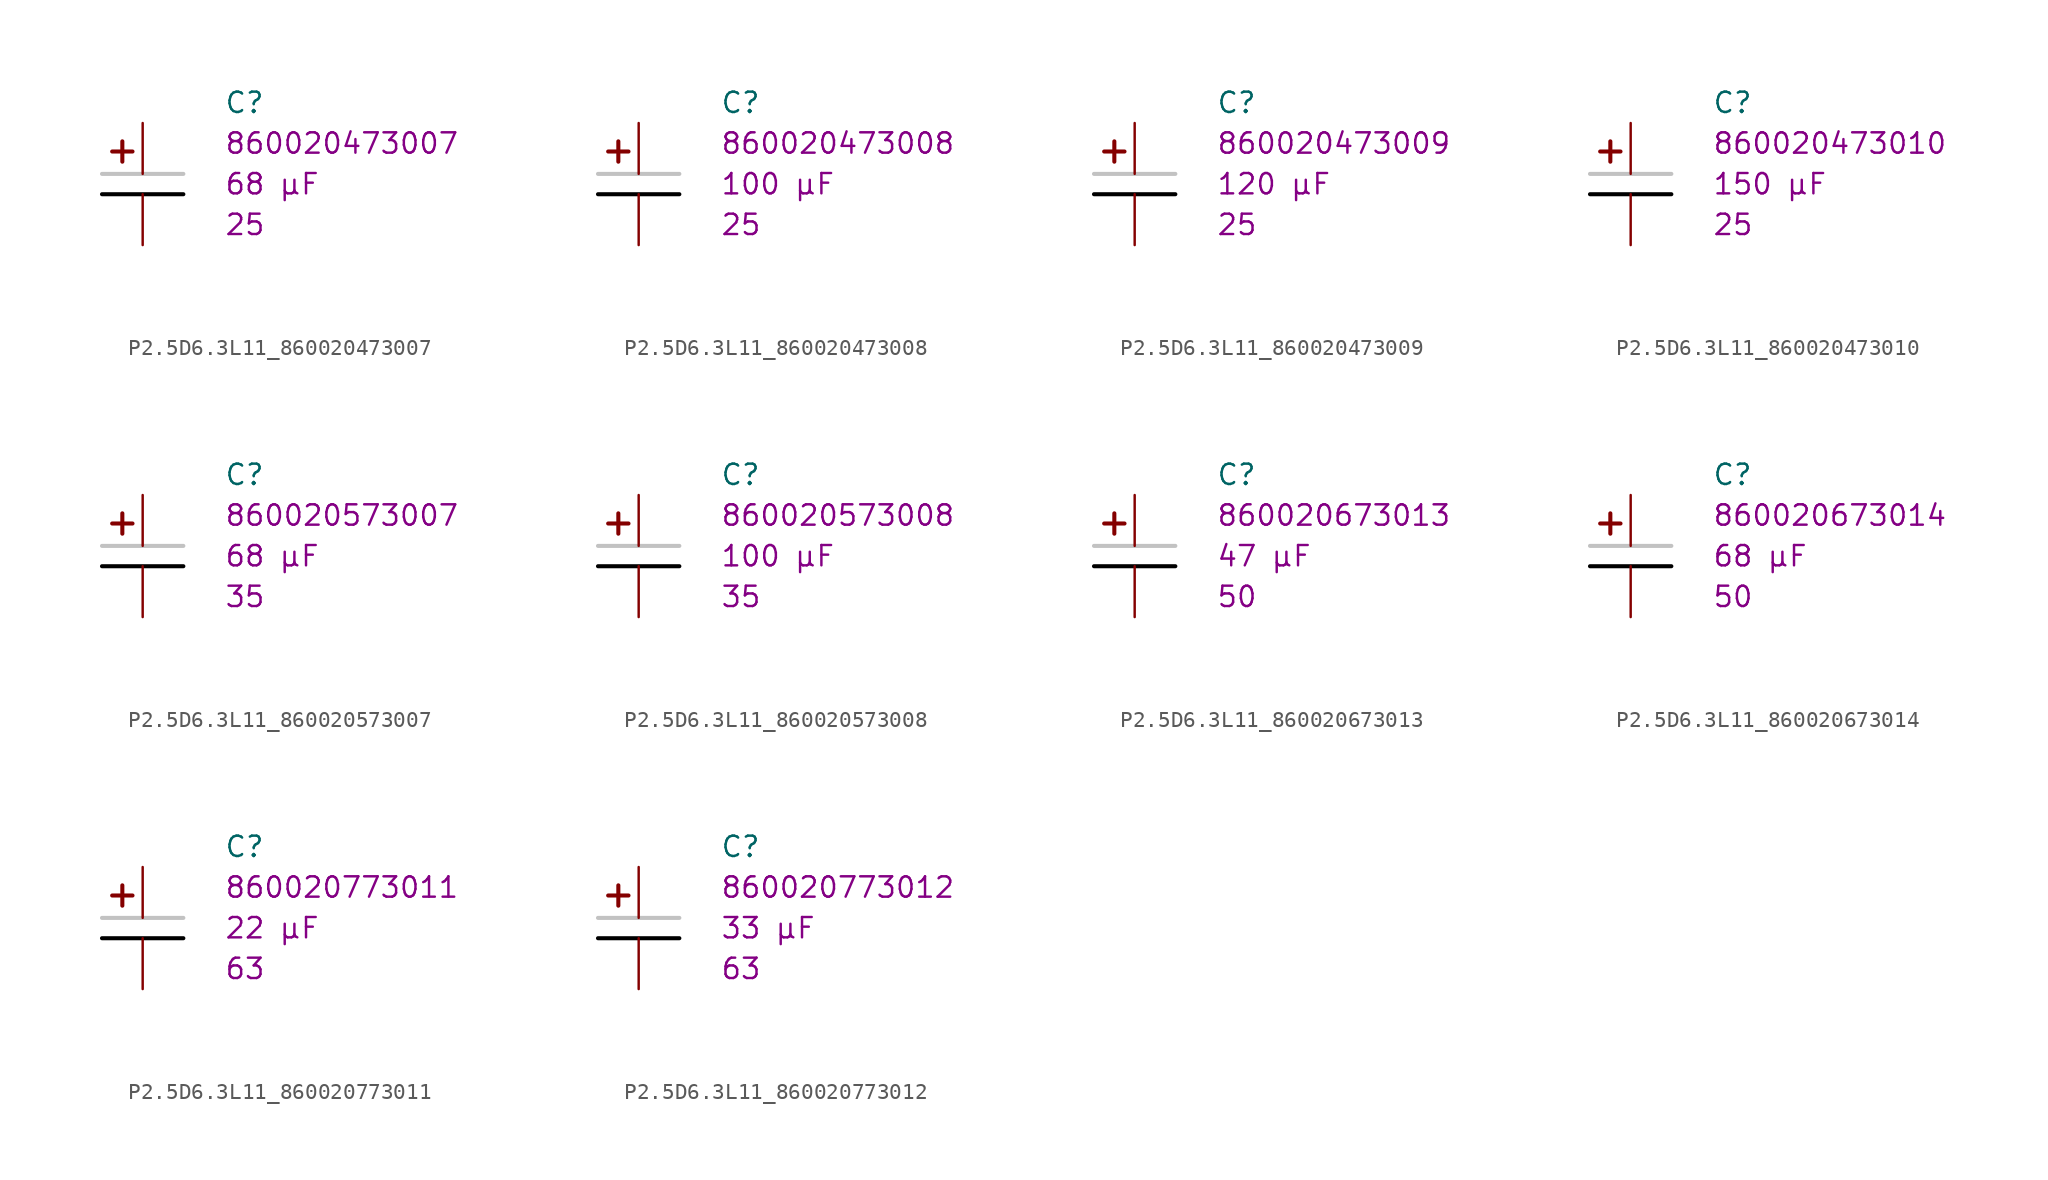
<source format=kicad_sym>
(kicad_symbol_lib
  (version 20220914)
  (generator kicad_symbol_editor)
  (symbol "P2.5D6.3L11_860020473007"
    (pin_numbers hide)
    (pin_names hide)
    (property "Reference" "C"
      (at 5.08 5.08 0)
      (effects (font (size 1.27 1.27)) (justify left)))
    (property "Part Number" "860020473007"
      (at 5.08 2.54 0)
      (effects (font (size 1.27 1.27)) (justify left)))
    (property "Capacitance" "68 µF"
      (at 5.08 0 0)
      (effects (font (size 1.27 1.27)) (justify left)))
    (property "Voltage" "25"
      (at 5.08 -2.54 0)
      (effects (font (size 1.27 1.27)) (justify left)))
    (property "Critical Parameter" ""
      (at 0 -7.62 0)
      (effects (font (size 1.27 1.27))))
    (symbol "P2.5D6.3L11_860020473007_1_1"
      (polyline (pts (xy -1.27 2.667) (xy -1.27 1.397)) (stroke (width 0.254) (type default)) (fill (type none)))
      (polyline (pts (xy -0.635 2.032) (xy -1.905 2.032)) (stroke (width 0.254) (type default)) (fill (type none)))
      (polyline (pts (xy 2.54 -0.635) (xy -2.54 -0.635)) (stroke (width 0.254) (type default) (color 0 0 0 1)) (fill (type none)))
      (polyline (pts (xy 2.54 0.635) (xy -2.54 0.635)) (stroke (width 0.254) (type default) (color 194 194 194 1)) (fill (type none)))
      (pin passive line (at 0 3.81 270) (length 3.175) (name "1" (effects (font (size 1.27 1.27)))) (number "1" (effects (font (size 1.27 1.27)))))
      (pin passive line (at 0 -3.81 90) (length 3.175) (name "2" (effects (font (size 1.27 1.27)))) (number "2" (effects (font (size 1.27 1.27)))))))
  (symbol "P2.5D6.3L11_860020473008"
    (pin_numbers hide)
    (pin_names hide)
    (property "Reference" "C"
      (at 5.08 5.08 0)
      (effects (font (size 1.27 1.27)) (justify left)))
    (property "Part Number" "860020473008"
      (at 5.08 2.54 0)
      (effects (font (size 1.27 1.27)) (justify left)))
    (property "Capacitance" "100 µF"
      (at 5.08 0 0)
      (effects (font (size 1.27 1.27)) (justify left)))
    (property "Voltage" "25"
      (at 5.08 -2.54 0)
      (effects (font (size 1.27 1.27)) (justify left)))
    (property "Critical Parameter" ""
      (at 0 -7.62 0)
      (effects (font (size 1.27 1.27))))
    (symbol "P2.5D6.3L11_860020473008_1_1"
      (polyline (pts (xy -1.27 2.667) (xy -1.27 1.397)) (stroke (width 0.254) (type default)) (fill (type none)))
      (polyline (pts (xy -0.635 2.032) (xy -1.905 2.032)) (stroke (width 0.254) (type default)) (fill (type none)))
      (polyline (pts (xy 2.54 -0.635) (xy -2.54 -0.635)) (stroke (width 0.254) (type default) (color 0 0 0 1)) (fill (type none)))
      (polyline (pts (xy 2.54 0.635) (xy -2.54 0.635)) (stroke (width 0.254) (type default) (color 194 194 194 1)) (fill (type none)))
      (pin passive line (at 0 3.81 270) (length 3.175) (name "1" (effects (font (size 1.27 1.27)))) (number "1" (effects (font (size 1.27 1.27)))))
      (pin passive line (at 0 -3.81 90) (length 3.175) (name "2" (effects (font (size 1.27 1.27)))) (number "2" (effects (font (size 1.27 1.27)))))))
  (symbol "P2.5D6.3L11_860020473009"
    (pin_numbers hide)
    (pin_names hide)
    (property "Reference" "C"
      (at 5.08 5.08 0)
      (effects (font (size 1.27 1.27)) (justify left)))
    (property "Part Number" "860020473009"
      (at 5.08 2.54 0)
      (effects (font (size 1.27 1.27)) (justify left)))
    (property "Capacitance" "120 µF"
      (at 5.08 0 0)
      (effects (font (size 1.27 1.27)) (justify left)))
    (property "Voltage" "25"
      (at 5.08 -2.54 0)
      (effects (font (size 1.27 1.27)) (justify left)))
    (property "Critical Parameter" ""
      (at 0 -7.62 0)
      (effects (font (size 1.27 1.27))))
    (symbol "P2.5D6.3L11_860020473009_1_1"
      (polyline (pts (xy -1.27 2.667) (xy -1.27 1.397)) (stroke (width 0.254) (type default)) (fill (type none)))
      (polyline (pts (xy -0.635 2.032) (xy -1.905 2.032)) (stroke (width 0.254) (type default)) (fill (type none)))
      (polyline (pts (xy 2.54 -0.635) (xy -2.54 -0.635)) (stroke (width 0.254) (type default) (color 0 0 0 1)) (fill (type none)))
      (polyline (pts (xy 2.54 0.635) (xy -2.54 0.635)) (stroke (width 0.254) (type default) (color 194 194 194 1)) (fill (type none)))
      (pin passive line (at 0 3.81 270) (length 3.175) (name "1" (effects (font (size 1.27 1.27)))) (number "1" (effects (font (size 1.27 1.27)))))
      (pin passive line (at 0 -3.81 90) (length 3.175) (name "2" (effects (font (size 1.27 1.27)))) (number "2" (effects (font (size 1.27 1.27)))))))
  (symbol "P2.5D6.3L11_860020473010"
    (pin_numbers hide)
    (pin_names hide)
    (property "Reference" "C"
      (at 5.08 5.08 0)
      (effects (font (size 1.27 1.27)) (justify left)))
    (property "Part Number" "860020473010"
      (at 5.08 2.54 0)
      (effects (font (size 1.27 1.27)) (justify left)))
    (property "Capacitance" "150 µF"
      (at 5.08 0 0)
      (effects (font (size 1.27 1.27)) (justify left)))
    (property "Voltage" "25"
      (at 5.08 -2.54 0)
      (effects (font (size 1.27 1.27)) (justify left)))
    (property "Critical Parameter" ""
      (at 0 -7.62 0)
      (effects (font (size 1.27 1.27))))
    (symbol "P2.5D6.3L11_860020473010_1_1"
      (polyline (pts (xy -1.27 2.667) (xy -1.27 1.397)) (stroke (width 0.254) (type default)) (fill (type none)))
      (polyline (pts (xy -0.635 2.032) (xy -1.905 2.032)) (stroke (width 0.254) (type default)) (fill (type none)))
      (polyline (pts (xy 2.54 -0.635) (xy -2.54 -0.635)) (stroke (width 0.254) (type default) (color 0 0 0 1)) (fill (type none)))
      (polyline (pts (xy 2.54 0.635) (xy -2.54 0.635)) (stroke (width 0.254) (type default) (color 194 194 194 1)) (fill (type none)))
      (pin passive line (at 0 3.81 270) (length 3.175) (name "1" (effects (font (size 1.27 1.27)))) (number "1" (effects (font (size 1.27 1.27)))))
      (pin passive line (at 0 -3.81 90) (length 3.175) (name "2" (effects (font (size 1.27 1.27)))) (number "2" (effects (font (size 1.27 1.27)))))))
  (symbol "P2.5D6.3L11_860020573007"
    (pin_numbers hide)
    (pin_names hide)
    (property "Reference" "C"
      (at 5.08 5.08 0)
      (effects (font (size 1.27 1.27)) (justify left)))
    (property "Part Number" "860020573007"
      (at 5.08 2.54 0)
      (effects (font (size 1.27 1.27)) (justify left)))
    (property "Capacitance" "68 µF"
      (at 5.08 0 0)
      (effects (font (size 1.27 1.27)) (justify left)))
    (property "Voltage" "35"
      (at 5.08 -2.54 0)
      (effects (font (size 1.27 1.27)) (justify left)))
    (property "Critical Parameter" ""
      (at 0 -7.62 0)
      (effects (font (size 1.27 1.27))))
    (symbol "P2.5D6.3L11_860020573007_1_1"
      (polyline (pts (xy -1.27 2.667) (xy -1.27 1.397)) (stroke (width 0.254) (type default)) (fill (type none)))
      (polyline (pts (xy -0.635 2.032) (xy -1.905 2.032)) (stroke (width 0.254) (type default)) (fill (type none)))
      (polyline (pts (xy 2.54 -0.635) (xy -2.54 -0.635)) (stroke (width 0.254) (type default) (color 0 0 0 1)) (fill (type none)))
      (polyline (pts (xy 2.54 0.635) (xy -2.54 0.635)) (stroke (width 0.254) (type default) (color 194 194 194 1)) (fill (type none)))
      (pin passive line (at 0 3.81 270) (length 3.175) (name "1" (effects (font (size 1.27 1.27)))) (number "1" (effects (font (size 1.27 1.27)))))
      (pin passive line (at 0 -3.81 90) (length 3.175) (name "2" (effects (font (size 1.27 1.27)))) (number "2" (effects (font (size 1.27 1.27)))))))
  (symbol "P2.5D6.3L11_860020573008"
    (pin_numbers hide)
    (pin_names hide)
    (property "Reference" "C"
      (at 5.08 5.08 0)
      (effects (font (size 1.27 1.27)) (justify left)))
    (property "Part Number" "860020573008"
      (at 5.08 2.54 0)
      (effects (font (size 1.27 1.27)) (justify left)))
    (property "Capacitance" "100 µF"
      (at 5.08 0 0)
      (effects (font (size 1.27 1.27)) (justify left)))
    (property "Voltage" "35"
      (at 5.08 -2.54 0)
      (effects (font (size 1.27 1.27)) (justify left)))
    (property "Critical Parameter" ""
      (at 0 -7.62 0)
      (effects (font (size 1.27 1.27))))
    (symbol "P2.5D6.3L11_860020573008_1_1"
      (polyline (pts (xy -1.27 2.667) (xy -1.27 1.397)) (stroke (width 0.254) (type default)) (fill (type none)))
      (polyline (pts (xy -0.635 2.032) (xy -1.905 2.032)) (stroke (width 0.254) (type default)) (fill (type none)))
      (polyline (pts (xy 2.54 -0.635) (xy -2.54 -0.635)) (stroke (width 0.254) (type default) (color 0 0 0 1)) (fill (type none)))
      (polyline (pts (xy 2.54 0.635) (xy -2.54 0.635)) (stroke (width 0.254) (type default) (color 194 194 194 1)) (fill (type none)))
      (pin passive line (at 0 3.81 270) (length 3.175) (name "1" (effects (font (size 1.27 1.27)))) (number "1" (effects (font (size 1.27 1.27)))))
      (pin passive line (at 0 -3.81 90) (length 3.175) (name "2" (effects (font (size 1.27 1.27)))) (number "2" (effects (font (size 1.27 1.27)))))))
  (symbol "P2.5D6.3L11_860020673013"
    (pin_numbers hide)
    (pin_names hide)
    (property "Reference" "C"
      (at 5.08 5.08 0)
      (effects (font (size 1.27 1.27)) (justify left)))
    (property "Part Number" "860020673013"
      (at 5.08 2.54 0)
      (effects (font (size 1.27 1.27)) (justify left)))
    (property "Capacitance" "47 µF"
      (at 5.08 0 0)
      (effects (font (size 1.27 1.27)) (justify left)))
    (property "Voltage" "50"
      (at 5.08 -2.54 0)
      (effects (font (size 1.27 1.27)) (justify left)))
    (property "Critical Parameter" ""
      (at 0 -7.62 0)
      (effects (font (size 1.27 1.27))))
    (symbol "P2.5D6.3L11_860020673013_1_1"
      (polyline (pts (xy -1.27 2.667) (xy -1.27 1.397)) (stroke (width 0.254) (type default)) (fill (type none)))
      (polyline (pts (xy -0.635 2.032) (xy -1.905 2.032)) (stroke (width 0.254) (type default)) (fill (type none)))
      (polyline (pts (xy 2.54 -0.635) (xy -2.54 -0.635)) (stroke (width 0.254) (type default) (color 0 0 0 1)) (fill (type none)))
      (polyline (pts (xy 2.54 0.635) (xy -2.54 0.635)) (stroke (width 0.254) (type default) (color 194 194 194 1)) (fill (type none)))
      (pin passive line (at 0 3.81 270) (length 3.175) (name "1" (effects (font (size 1.27 1.27)))) (number "1" (effects (font (size 1.27 1.27)))))
      (pin passive line (at 0 -3.81 90) (length 3.175) (name "2" (effects (font (size 1.27 1.27)))) (number "2" (effects (font (size 1.27 1.27)))))))
  (symbol "P2.5D6.3L11_860020673014"
    (pin_numbers hide)
    (pin_names hide)
    (property "Reference" "C"
      (at 5.08 5.08 0)
      (effects (font (size 1.27 1.27)) (justify left)))
    (property "Part Number" "860020673014"
      (at 5.08 2.54 0)
      (effects (font (size 1.27 1.27)) (justify left)))
    (property "Capacitance" "68 µF"
      (at 5.08 0 0)
      (effects (font (size 1.27 1.27)) (justify left)))
    (property "Voltage" "50"
      (at 5.08 -2.54 0)
      (effects (font (size 1.27 1.27)) (justify left)))
    (property "Critical Parameter" ""
      (at 0 -7.62 0)
      (effects (font (size 1.27 1.27))))
    (symbol "P2.5D6.3L11_860020673014_1_1"
      (polyline (pts (xy -1.27 2.667) (xy -1.27 1.397)) (stroke (width 0.254) (type default)) (fill (type none)))
      (polyline (pts (xy -0.635 2.032) (xy -1.905 2.032)) (stroke (width 0.254) (type default)) (fill (type none)))
      (polyline (pts (xy 2.54 -0.635) (xy -2.54 -0.635)) (stroke (width 0.254) (type default) (color 0 0 0 1)) (fill (type none)))
      (polyline (pts (xy 2.54 0.635) (xy -2.54 0.635)) (stroke (width 0.254) (type default) (color 194 194 194 1)) (fill (type none)))
      (pin passive line (at 0 3.81 270) (length 3.175) (name "1" (effects (font (size 1.27 1.27)))) (number "1" (effects (font (size 1.27 1.27)))))
      (pin passive line (at 0 -3.81 90) (length 3.175) (name "2" (effects (font (size 1.27 1.27)))) (number "2" (effects (font (size 1.27 1.27)))))))
  (symbol "P2.5D6.3L11_860020773011"
    (pin_numbers hide)
    (pin_names hide)
    (property "Reference" "C"
      (at 5.08 5.08 0)
      (effects (font (size 1.27 1.27)) (justify left)))
    (property "Part Number" "860020773011"
      (at 5.08 2.54 0)
      (effects (font (size 1.27 1.27)) (justify left)))
    (property "Capacitance" "22 µF"
      (at 5.08 0 0)
      (effects (font (size 1.27 1.27)) (justify left)))
    (property "Voltage" "63"
      (at 5.08 -2.54 0)
      (effects (font (size 1.27 1.27)) (justify left)))
    (property "Critical Parameter" ""
      (at 0 -7.62 0)
      (effects (font (size 1.27 1.27))))
    (symbol "P2.5D6.3L11_860020773011_1_1"
      (polyline (pts (xy -1.27 2.667) (xy -1.27 1.397)) (stroke (width 0.254) (type default)) (fill (type none)))
      (polyline (pts (xy -0.635 2.032) (xy -1.905 2.032)) (stroke (width 0.254) (type default)) (fill (type none)))
      (polyline (pts (xy 2.54 -0.635) (xy -2.54 -0.635)) (stroke (width 0.254) (type default) (color 0 0 0 1)) (fill (type none)))
      (polyline (pts (xy 2.54 0.635) (xy -2.54 0.635)) (stroke (width 0.254) (type default) (color 194 194 194 1)) (fill (type none)))
      (pin passive line (at 0 3.81 270) (length 3.175) (name "1" (effects (font (size 1.27 1.27)))) (number "1" (effects (font (size 1.27 1.27)))))
      (pin passive line (at 0 -3.81 90) (length 3.175) (name "2" (effects (font (size 1.27 1.27)))) (number "2" (effects (font (size 1.27 1.27)))))))
  (symbol "P2.5D6.3L11_860020773012"
    (pin_numbers hide)
    (pin_names hide)
    (property "Reference" "C"
      (at 5.08 5.08 0)
      (effects (font (size 1.27 1.27)) (justify left)))
    (property "Part Number" "860020773012"
      (at 5.08 2.54 0)
      (effects (font (size 1.27 1.27)) (justify left)))
    (property "Capacitance" "33 µF"
      (at 5.08 0 0)
      (effects (font (size 1.27 1.27)) (justify left)))
    (property "Voltage" "63"
      (at 5.08 -2.54 0)
      (effects (font (size 1.27 1.27)) (justify left)))
    (property "Critical Parameter" ""
      (at 0 -7.62 0)
      (effects (font (size 1.27 1.27))))
    (symbol "P2.5D6.3L11_860020773012_1_1"
      (polyline (pts (xy -1.27 2.667) (xy -1.27 1.397)) (stroke (width 0.254) (type default)) (fill (type none)))
      (polyline (pts (xy -0.635 2.032) (xy -1.905 2.032)) (stroke (width 0.254) (type default)) (fill (type none)))
      (polyline (pts (xy 2.54 -0.635) (xy -2.54 -0.635)) (stroke (width 0.254) (type default) (color 0 0 0 1)) (fill (type none)))
      (polyline (pts (xy 2.54 0.635) (xy -2.54 0.635)) (stroke (width 0.254) (type default) (color 194 194 194 1)) (fill (type none)))
      (pin passive line (at 0 3.81 270) (length 3.175) (name "1" (effects (font (size 1.27 1.27)))) (number "1" (effects (font (size 1.27 1.27)))))
      (pin passive line (at 0 -3.81 90) (length 3.175) (name "2" (effects (font (size 1.27 1.27)))) (number "2" (effects (font (size 1.27 1.27))))))))
</source>
